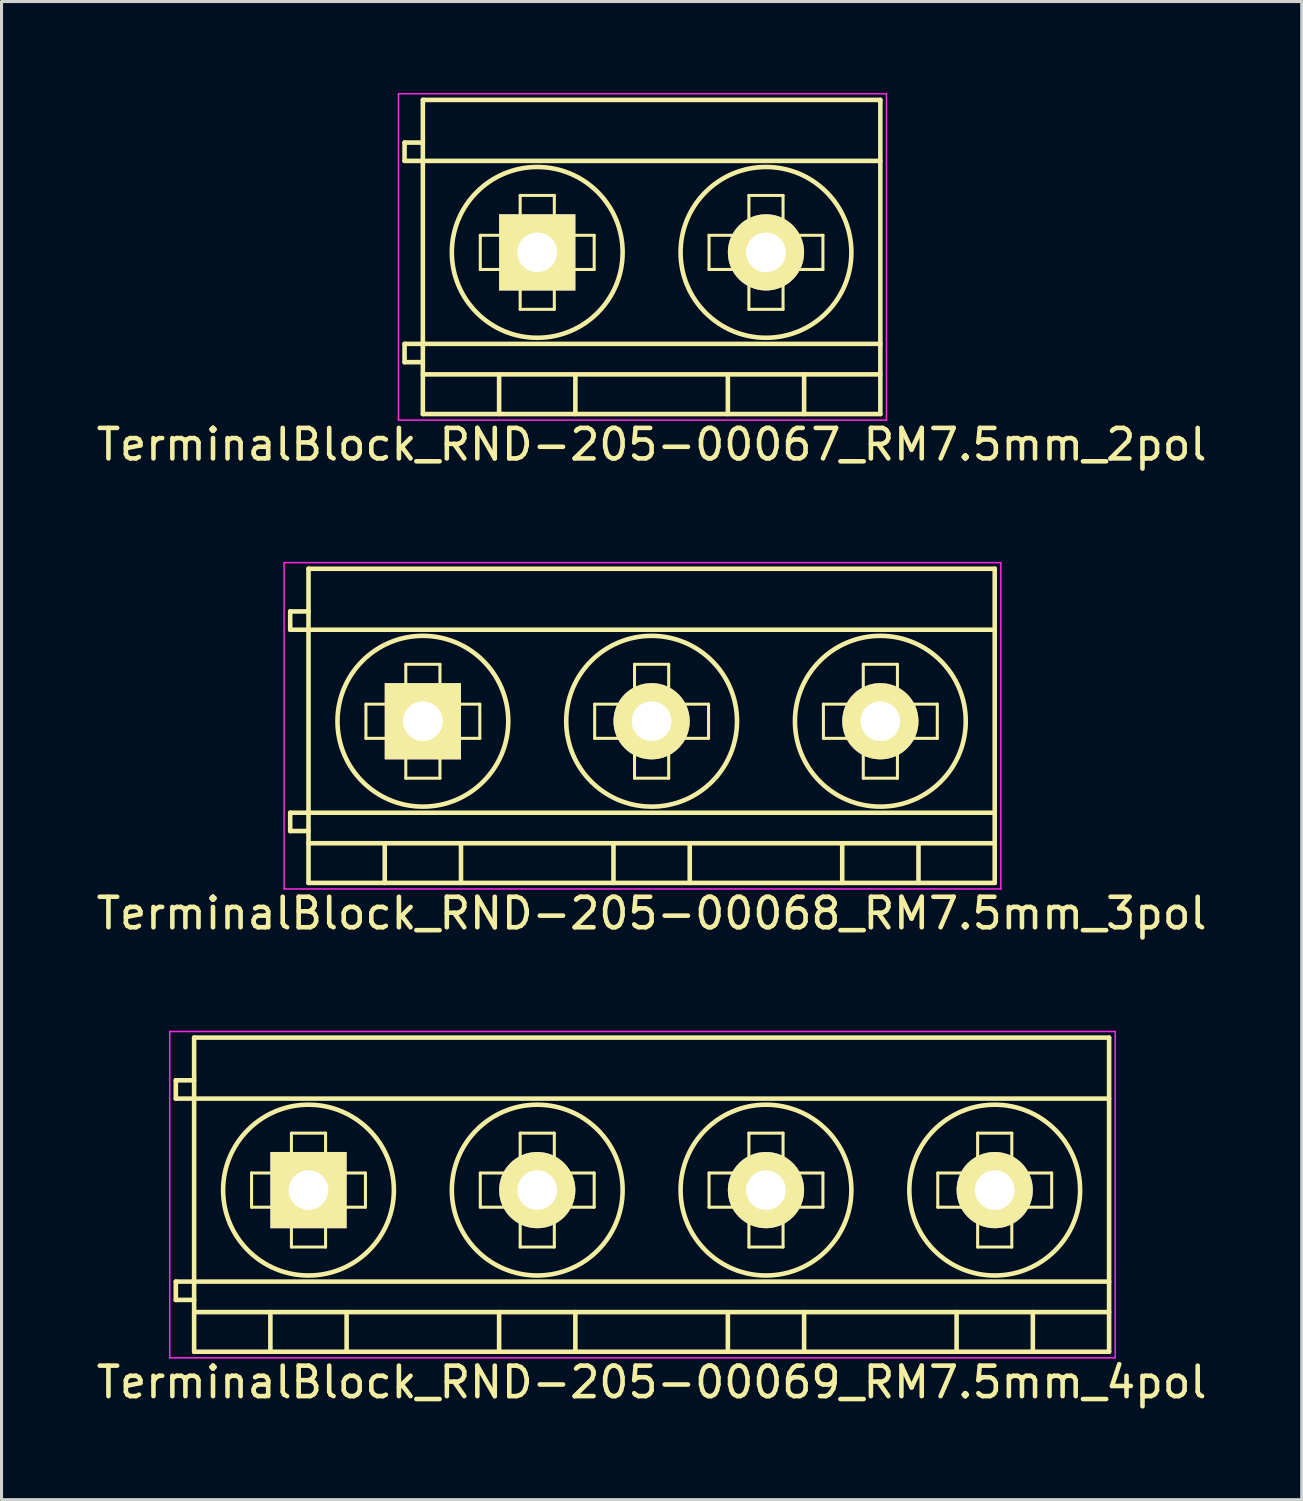
<source format=kicad_pcb>
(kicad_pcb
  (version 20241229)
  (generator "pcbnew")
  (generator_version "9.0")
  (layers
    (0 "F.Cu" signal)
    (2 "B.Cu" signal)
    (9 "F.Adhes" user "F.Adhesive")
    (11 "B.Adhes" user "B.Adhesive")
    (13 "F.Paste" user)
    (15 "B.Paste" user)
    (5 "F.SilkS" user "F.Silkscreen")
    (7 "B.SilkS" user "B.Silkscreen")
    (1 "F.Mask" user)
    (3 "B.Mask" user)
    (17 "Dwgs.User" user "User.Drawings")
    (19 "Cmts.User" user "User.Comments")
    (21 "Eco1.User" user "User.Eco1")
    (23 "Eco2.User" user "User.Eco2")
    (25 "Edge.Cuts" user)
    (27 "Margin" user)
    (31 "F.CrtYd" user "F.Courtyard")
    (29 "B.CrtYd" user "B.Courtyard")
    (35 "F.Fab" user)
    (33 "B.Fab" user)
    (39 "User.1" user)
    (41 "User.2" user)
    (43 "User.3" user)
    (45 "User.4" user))
  (footprint "TerminalBlock_RND-205-00068_RM7.5mm_3pol"
    (layer "F.Cu")
    (at 10.815 20.598)
    (property "Reference" "TerminalBlock_RND-205-00068_RM7.5mm_3pol" (at 7.5 6.3 0) (layer "F.SilkS") (effects (font (size 1 1) (thickness 0.15))))
    (attr through_hole)
    (fp_line (start -4.35 -3.6) (end -4.35 -3) (stroke (width 0.15) (type solid)) (layer "F.SilkS"))
    (fp_line (start -4.35 -3) (end -3.75 -3) (stroke (width 0.15) (type solid)) (layer "F.SilkS"))
    (fp_line (start -4.35 3) (end -4.35 3.6) (stroke (width 0.15) (type solid)) (layer "F.SilkS"))
    (fp_line (start -4.35 3.6) (end -3.75 3.6) (stroke (width 0.15) (type solid)) (layer "F.SilkS"))
    (fp_line (start -3.75 -5) (end 18.75 -5) (stroke (width 0.15) (type solid)) (layer "F.SilkS"))
    (fp_line (start -3.75 -3.6) (end -4.35 -3.6) (stroke (width 0.15) (type solid)) (layer "F.SilkS"))
    (fp_line (start -3.75 -3) (end 18.75 -3) (stroke (width 0.15) (type solid)) (layer "F.SilkS"))
    (fp_line (start -3.75 3) (end -4.35 3) (stroke (width 0.15) (type solid)) (layer "F.SilkS"))
    (fp_line (start -3.75 3) (end 18.75 3) (stroke (width 0.15) (type solid)) (layer "F.SilkS"))
    (fp_line (start -3.75 4) (end 18.75 4) (stroke (width 0.15) (type solid)) (layer "F.SilkS"))
    (fp_line (start -3.75 5.3) (end -3.75 -5) (stroke (width 0.15) (type solid)) (layer "F.SilkS"))
    (fp_line (start -1.867 -0.56) (end -0.56 -0.56) (stroke (width 0.1) (type solid)) (layer "F.SilkS"))
    (fp_line (start -1.867 0.56) (end -1.867 -0.56) (stroke (width 0.1) (type solid)) (layer "F.SilkS"))
    (fp_line (start -1.25 4) (end -1.25 5.3) (stroke (width 0.15) (type solid)) (layer "F.SilkS"))
    (fp_line (start -0.56 -1.867) (end 0.56 -1.867) (stroke (width 0.1) (type solid)) (layer "F.SilkS"))
    (fp_line (start -0.56 -0.56) (end -0.56 -1.867) (stroke (width 0.1) (type solid)) (layer "F.SilkS"))
    (fp_line (start -0.56 0.56) (end -1.867 0.56) (stroke (width 0.1) (type solid)) (layer "F.SilkS"))
    (fp_line (start -0.56 1.867) (end -0.56 0.56) (stroke (width 0.1) (type solid)) (layer "F.SilkS"))
    (fp_line (start 0.56 -1.867) (end 0.56 -0.56) (stroke (width 0.1) (type solid)) (layer "F.SilkS"))
    (fp_line (start 0.56 -0.56) (end 1.867 -0.56) (stroke (width 0.1) (type solid)) (layer "F.SilkS"))
    (fp_line (start 0.56 0.56) (end 0.56 1.867) (stroke (width 0.1) (type solid)) (layer "F.SilkS"))
    (fp_line (start 0.56 1.867) (end -0.56 1.867) (stroke (width 0.1) (type solid)) (layer "F.SilkS"))
    (fp_line (start 1.25 4) (end 1.25 5.3) (stroke (width 0.15) (type solid)) (layer "F.SilkS"))
    (fp_line (start 1.867 -0.56) (end 1.867 0.56) (stroke (width 0.1) (type solid)) (layer "F.SilkS"))
    (fp_line (start 1.867 0.56) (end 0.56 0.56) (stroke (width 0.1) (type solid)) (layer "F.SilkS"))
    (fp_line (start 5.633 -0.56) (end 6.94 -0.56) (stroke (width 0.1) (type solid)) (layer "F.SilkS"))
    (fp_line (start 5.633 0.56) (end 5.633 -0.56) (stroke (width 0.1) (type solid)) (layer "F.SilkS"))
    (fp_line (start 6.25 4) (end 6.25 5.3) (stroke (width 0.15) (type solid)) (layer "F.SilkS"))
    (fp_line (start 6.94 -1.867) (end 8.06 -1.867) (stroke (width 0.1) (type solid)) (layer "F.SilkS"))
    (fp_line (start 6.94 -0.56) (end 6.94 -1.867) (stroke (width 0.1) (type solid)) (layer "F.SilkS"))
    (fp_line (start 6.94 0.56) (end 5.633 0.56) (stroke (width 0.1) (type solid)) (layer "F.SilkS"))
    (fp_line (start 6.94 1.867) (end 6.94 0.56) (stroke (width 0.1) (type solid)) (layer "F.SilkS"))
    (fp_line (start 8.06 -1.867) (end 8.06 -0.56) (stroke (width 0.1) (type solid)) (layer "F.SilkS"))
    (fp_line (start 8.06 -0.56) (end 9.367 -0.56) (stroke (width 0.1) (type solid)) (layer "F.SilkS"))
    (fp_line (start 8.06 0.56) (end 8.06 1.867) (stroke (width 0.1) (type solid)) (layer "F.SilkS"))
    (fp_line (start 8.06 1.867) (end 6.94 1.867) (stroke (width 0.1) (type solid)) (layer "F.SilkS"))
    (fp_line (start 8.75 4) (end 8.75 5.3) (stroke (width 0.15) (type solid)) (layer "F.SilkS"))
    (fp_line (start 9.367 -0.56) (end 9.367 0.56) (stroke (width 0.1) (type solid)) (layer "F.SilkS"))
    (fp_line (start 9.367 0.56) (end 8.06 0.56) (stroke (width 0.1) (type solid)) (layer "F.SilkS"))
    (fp_line (start 13.133 -0.56) (end 14.44 -0.56) (stroke (width 0.1) (type solid)) (layer "F.SilkS"))
    (fp_line (start 13.133 0.56) (end 13.133 -0.56) (stroke (width 0.1) (type solid)) (layer "F.SilkS"))
    (fp_line (start 13.75 4) (end 13.75 5.3) (stroke (width 0.15) (type solid)) (layer "F.SilkS"))
    (fp_line (start 14.44 -1.867) (end 15.56 -1.867) (stroke (width 0.1) (type solid)) (layer "F.SilkS"))
    (fp_line (start 14.44 -0.56) (end 14.44 -1.867) (stroke (width 0.1) (type solid)) (layer "F.SilkS"))
    (fp_line (start 14.44 0.56) (end 13.133 0.56) (stroke (width 0.1) (type solid)) (layer "F.SilkS"))
    (fp_line (start 14.44 1.867) (end 14.44 0.56) (stroke (width 0.1) (type solid)) (layer "F.SilkS"))
    (fp_line (start 15.56 -1.867) (end 15.56 -0.56) (stroke (width 0.1) (type solid)) (layer "F.SilkS"))
    (fp_line (start 15.56 -0.56) (end 16.867 -0.56) (stroke (width 0.1) (type solid)) (layer "F.SilkS"))
    (fp_line (start 15.56 0.56) (end 15.56 1.867) (stroke (width 0.1) (type solid)) (layer "F.SilkS"))
    (fp_line (start 15.56 1.867) (end 14.44 1.867) (stroke (width 0.1) (type solid)) (layer "F.SilkS"))
    (fp_line (start 16.25 4) (end 16.25 5.3) (stroke (width 0.15) (type solid)) (layer "F.SilkS"))
    (fp_line (start 16.867 -0.56) (end 16.867 0.56) (stroke (width 0.1) (type solid)) (layer "F.SilkS"))
    (fp_line (start 16.867 0.56) (end 15.56 0.56) (stroke (width 0.1) (type solid)) (layer "F.SilkS"))
    (fp_line (start 18.75 -5) (end 18.75 5.3) (stroke (width 0.15) (type solid)) (layer "F.SilkS"))
    (fp_line (start 18.75 5.3) (end -3.75 5.3) (stroke (width 0.15) (type solid)) (layer "F.SilkS"))
    (fp_circle (center 0 0) (end -2.8 0) (stroke (width 0.15) (type solid)) (fill no) (layer "F.SilkS"))
    (fp_circle (center 7.5 0) (end 4.7 0) (stroke (width 0.15) (type solid)) (fill no) (layer "F.SilkS"))
    (fp_circle (center 15 0) (end 12.2 0) (stroke (width 0.15) (type solid)) (fill no) (layer "F.SilkS"))
    (fp_line (start -4.55 -5.2) (end 18.95 -5.2) (stroke (width 0.05) (type solid)) (layer "F.CrtYd"))
    (fp_line (start -4.55 5.5) (end -4.55 -5.2) (stroke (width 0.05) (type solid)) (layer "F.CrtYd"))
    (fp_line (start 18.95 -5.2) (end 18.95 5.5) (stroke (width 0.05) (type solid)) (layer "F.CrtYd"))
    (fp_line (start 18.95 5.5) (end -4.55 5.5) (stroke (width 0.05) (type solid)) (layer "F.CrtYd"))
    (pad "1" thru_hole rect (at 0 0) (size 2.5 2.5) (drill 1.3) (layers "*.Cu" "*.Mask" "F.SilkS"))
    (pad "2" thru_hole circle (at 7.5 0) (size 2.5 2.5) (drill 1.3) (layers "*.Cu" "*.Mask" "F.SilkS"))
    (pad "3" thru_hole circle (at 15 0) (size 2.5 2.5) (drill 1.3) (layers "*.Cu" "*.Mask" "F.SilkS")))
  (footprint "TerminalBlock_RND-205-00067_RM7.5mm_2pol"
    (layer "F.Cu")
    (at 14.565 5.225)
    (property "Reference" "TerminalBlock_RND-205-00067_RM7.5mm_2pol" (at 3.75 6.3 0) (layer "F.SilkS") (effects (font (size 1 1) (thickness 0.15))))
    (attr through_hole)
    (fp_line (start -4.35 -3.6) (end -4.35 -3) (stroke (width 0.15) (type solid)) (layer "F.SilkS"))
    (fp_line (start -4.35 -3) (end -3.75 -3) (stroke (width 0.15) (type solid)) (layer "F.SilkS"))
    (fp_line (start -4.35 3) (end -4.35 3.6) (stroke (width 0.15) (type solid)) (layer "F.SilkS"))
    (fp_line (start -4.35 3.6) (end -3.75 3.6) (stroke (width 0.15) (type solid)) (layer "F.SilkS"))
    (fp_line (start -3.75 -5) (end 11.25 -5) (stroke (width 0.15) (type solid)) (layer "F.SilkS"))
    (fp_line (start -3.75 -3.6) (end -4.35 -3.6) (stroke (width 0.15) (type solid)) (layer "F.SilkS"))
    (fp_line (start -3.75 -3) (end 11.25 -3) (stroke (width 0.15) (type solid)) (layer "F.SilkS"))
    (fp_line (start -3.75 3) (end -4.35 3) (stroke (width 0.15) (type solid)) (layer "F.SilkS"))
    (fp_line (start -3.75 3) (end 11.25 3) (stroke (width 0.15) (type solid)) (layer "F.SilkS"))
    (fp_line (start -3.75 4) (end 11.25 4) (stroke (width 0.15) (type solid)) (layer "F.SilkS"))
    (fp_line (start -3.75 5.3) (end -3.75 -5) (stroke (width 0.15) (type solid)) (layer "F.SilkS"))
    (fp_line (start -1.867 -0.56) (end -0.56 -0.56) (stroke (width 0.1) (type solid)) (layer "F.SilkS"))
    (fp_line (start -1.867 0.56) (end -1.867 -0.56) (stroke (width 0.1) (type solid)) (layer "F.SilkS"))
    (fp_line (start -1.25 4) (end -1.25 5.3) (stroke (width 0.15) (type solid)) (layer "F.SilkS"))
    (fp_line (start -0.56 -1.867) (end 0.56 -1.867) (stroke (width 0.1) (type solid)) (layer "F.SilkS"))
    (fp_line (start -0.56 -0.56) (end -0.56 -1.867) (stroke (width 0.1) (type solid)) (layer "F.SilkS"))
    (fp_line (start -0.56 0.56) (end -1.867 0.56) (stroke (width 0.1) (type solid)) (layer "F.SilkS"))
    (fp_line (start -0.56 1.867) (end -0.56 0.56) (stroke (width 0.1) (type solid)) (layer "F.SilkS"))
    (fp_line (start 0.56 -1.867) (end 0.56 -0.56) (stroke (width 0.1) (type solid)) (layer "F.SilkS"))
    (fp_line (start 0.56 -0.56) (end 1.867 -0.56) (stroke (width 0.1) (type solid)) (layer "F.SilkS"))
    (fp_line (start 0.56 0.56) (end 0.56 1.867) (stroke (width 0.1) (type solid)) (layer "F.SilkS"))
    (fp_line (start 0.56 1.867) (end -0.56 1.867) (stroke (width 0.1) (type solid)) (layer "F.SilkS"))
    (fp_line (start 1.25 4) (end 1.25 5.3) (stroke (width 0.15) (type solid)) (layer "F.SilkS"))
    (fp_line (start 1.867 -0.56) (end 1.867 0.56) (stroke (width 0.1) (type solid)) (layer "F.SilkS"))
    (fp_line (start 1.867 0.56) (end 0.56 0.56) (stroke (width 0.1) (type solid)) (layer "F.SilkS"))
    (fp_line (start 5.633 -0.56) (end 6.94 -0.56) (stroke (width 0.1) (type solid)) (layer "F.SilkS"))
    (fp_line (start 5.633 0.56) (end 5.633 -0.56) (stroke (width 0.1) (type solid)) (layer "F.SilkS"))
    (fp_line (start 6.25 4) (end 6.25 5.3) (stroke (width 0.15) (type solid)) (layer "F.SilkS"))
    (fp_line (start 6.94 -1.867) (end 8.06 -1.867) (stroke (width 0.1) (type solid)) (layer "F.SilkS"))
    (fp_line (start 6.94 -0.56) (end 6.94 -1.867) (stroke (width 0.1) (type solid)) (layer "F.SilkS"))
    (fp_line (start 6.94 0.56) (end 5.633 0.56) (stroke (width 0.1) (type solid)) (layer "F.SilkS"))
    (fp_line (start 6.94 1.867) (end 6.94 0.56) (stroke (width 0.1) (type solid)) (layer "F.SilkS"))
    (fp_line (start 8.06 -1.867) (end 8.06 -0.56) (stroke (width 0.1) (type solid)) (layer "F.SilkS"))
    (fp_line (start 8.06 -0.56) (end 9.367 -0.56) (stroke (width 0.1) (type solid)) (layer "F.SilkS"))
    (fp_line (start 8.06 0.56) (end 8.06 1.867) (stroke (width 0.1) (type solid)) (layer "F.SilkS"))
    (fp_line (start 8.06 1.867) (end 6.94 1.867) (stroke (width 0.1) (type solid)) (layer "F.SilkS"))
    (fp_line (start 8.75 4) (end 8.75 5.3) (stroke (width 0.15) (type solid)) (layer "F.SilkS"))
    (fp_line (start 9.367 -0.56) (end 9.367 0.56) (stroke (width 0.1) (type solid)) (layer "F.SilkS"))
    (fp_line (start 9.367 0.56) (end 8.06 0.56) (stroke (width 0.1) (type solid)) (layer "F.SilkS"))
    (fp_line (start 11.25 -5) (end 11.25 5.3) (stroke (width 0.15) (type solid)) (layer "F.SilkS"))
    (fp_line (start 11.25 5.3) (end -3.75 5.3) (stroke (width 0.15) (type solid)) (layer "F.SilkS"))
    (fp_circle (center 0 0) (end -2.8 0) (stroke (width 0.15) (type solid)) (fill no) (layer "F.SilkS"))
    (fp_circle (center 7.5 0) (end 4.7 0) (stroke (width 0.15) (type solid)) (fill no) (layer "F.SilkS"))
    (fp_line (start -4.55 -5.2) (end 11.45 -5.2) (stroke (width 0.05) (type solid)) (layer "F.CrtYd"))
    (fp_line (start -4.55 5.5) (end -4.55 -5.2) (stroke (width 0.05) (type solid)) (layer "F.CrtYd"))
    (fp_line (start 11.45 -5.2) (end 11.45 5.5) (stroke (width 0.05) (type solid)) (layer "F.CrtYd"))
    (fp_line (start 11.45 5.5) (end -4.55 5.5) (stroke (width 0.05) (type solid)) (layer "F.CrtYd"))
    (pad "1" thru_hole rect (at 0 0) (size 2.5 2.5) (drill 1.3) (layers "*.Cu" "*.Mask" "F.SilkS"))
    (pad "2" thru_hole circle (at 7.5 0) (size 2.5 2.5) (drill 1.3) (layers "*.Cu" "*.Mask" "F.SilkS")))
  (footprint "TerminalBlock_RND-205-00069_RM7.5mm_4pol"
    (layer "F.Cu")
    (at 7.065 35.971)
    (property "Reference" "TerminalBlock_RND-205-00069_RM7.5mm_4pol" (at 11.25 6.3 0) (layer "F.SilkS") (effects (font (size 1 1) (thickness 0.15))))
    (attr through_hole)
    (fp_line (start -4.35 -3.6) (end -4.35 -3) (stroke (width 0.15) (type solid)) (layer "F.SilkS"))
    (fp_line (start -4.35 -3) (end -3.75 -3) (stroke (width 0.15) (type solid)) (layer "F.SilkS"))
    (fp_line (start -4.35 3) (end -4.35 3.6) (stroke (width 0.15) (type solid)) (layer "F.SilkS"))
    (fp_line (start -4.35 3.6) (end -3.75 3.6) (stroke (width 0.15) (type solid)) (layer "F.SilkS"))
    (fp_line (start -3.75 -5) (end 26.25 -5) (stroke (width 0.15) (type solid)) (layer "F.SilkS"))
    (fp_line (start -3.75 -3.6) (end -4.35 -3.6) (stroke (width 0.15) (type solid)) (layer "F.SilkS"))
    (fp_line (start -3.75 -3) (end 26.25 -3) (stroke (width 0.15) (type solid)) (layer "F.SilkS"))
    (fp_line (start -3.75 3) (end -4.35 3) (stroke (width 0.15) (type solid)) (layer "F.SilkS"))
    (fp_line (start -3.75 3) (end 26.25 3) (stroke (width 0.15) (type solid)) (layer "F.SilkS"))
    (fp_line (start -3.75 4) (end 26.25 4) (stroke (width 0.15) (type solid)) (layer "F.SilkS"))
    (fp_line (start -3.75 5.3) (end -3.75 -5) (stroke (width 0.15) (type solid)) (layer "F.SilkS"))
    (fp_line (start -1.867 -0.56) (end -0.56 -0.56) (stroke (width 0.1) (type solid)) (layer "F.SilkS"))
    (fp_line (start -1.867 0.56) (end -1.867 -0.56) (stroke (width 0.1) (type solid)) (layer "F.SilkS"))
    (fp_line (start -1.25 4) (end -1.25 5.3) (stroke (width 0.15) (type solid)) (layer "F.SilkS"))
    (fp_line (start -0.56 -1.867) (end 0.56 -1.867) (stroke (width 0.1) (type solid)) (layer "F.SilkS"))
    (fp_line (start -0.56 -0.56) (end -0.56 -1.867) (stroke (width 0.1) (type solid)) (layer "F.SilkS"))
    (fp_line (start -0.56 0.56) (end -1.867 0.56) (stroke (width 0.1) (type solid)) (layer "F.SilkS"))
    (fp_line (start -0.56 1.867) (end -0.56 0.56) (stroke (width 0.1) (type solid)) (layer "F.SilkS"))
    (fp_line (start 0.56 -1.867) (end 0.56 -0.56) (stroke (width 0.1) (type solid)) (layer "F.SilkS"))
    (fp_line (start 0.56 -0.56) (end 1.867 -0.56) (stroke (width 0.1) (type solid)) (layer "F.SilkS"))
    (fp_line (start 0.56 0.56) (end 0.56 1.867) (stroke (width 0.1) (type solid)) (layer "F.SilkS"))
    (fp_line (start 0.56 1.867) (end -0.56 1.867) (stroke (width 0.1) (type solid)) (layer "F.SilkS"))
    (fp_line (start 1.25 4) (end 1.25 5.3) (stroke (width 0.15) (type solid)) (layer "F.SilkS"))
    (fp_line (start 1.867 -0.56) (end 1.867 0.56) (stroke (width 0.1) (type solid)) (layer "F.SilkS"))
    (fp_line (start 1.867 0.56) (end 0.56 0.56) (stroke (width 0.1) (type solid)) (layer "F.SilkS"))
    (fp_line (start 5.633 -0.56) (end 6.94 -0.56) (stroke (width 0.1) (type solid)) (layer "F.SilkS"))
    (fp_line (start 5.633 0.56) (end 5.633 -0.56) (stroke (width 0.1) (type solid)) (layer "F.SilkS"))
    (fp_line (start 6.25 4) (end 6.25 5.3) (stroke (width 0.15) (type solid)) (layer "F.SilkS"))
    (fp_line (start 6.94 -1.867) (end 8.06 -1.867) (stroke (width 0.1) (type solid)) (layer "F.SilkS"))
    (fp_line (start 6.94 -0.56) (end 6.94 -1.867) (stroke (width 0.1) (type solid)) (layer "F.SilkS"))
    (fp_line (start 6.94 0.56) (end 5.633 0.56) (stroke (width 0.1) (type solid)) (layer "F.SilkS"))
    (fp_line (start 6.94 1.867) (end 6.94 0.56) (stroke (width 0.1) (type solid)) (layer "F.SilkS"))
    (fp_line (start 8.06 -1.867) (end 8.06 -0.56) (stroke (width 0.1) (type solid)) (layer "F.SilkS"))
    (fp_line (start 8.06 -0.56) (end 9.367 -0.56) (stroke (width 0.1) (type solid)) (layer "F.SilkS"))
    (fp_line (start 8.06 0.56) (end 8.06 1.867) (stroke (width 0.1) (type solid)) (layer "F.SilkS"))
    (fp_line (start 8.06 1.867) (end 6.94 1.867) (stroke (width 0.1) (type solid)) (layer "F.SilkS"))
    (fp_line (start 8.75 4) (end 8.75 5.3) (stroke (width 0.15) (type solid)) (layer "F.SilkS"))
    (fp_line (start 9.367 -0.56) (end 9.367 0.56) (stroke (width 0.1) (type solid)) (layer "F.SilkS"))
    (fp_line (start 9.367 0.56) (end 8.06 0.56) (stroke (width 0.1) (type solid)) (layer "F.SilkS"))
    (fp_line (start 13.133 -0.56) (end 14.44 -0.56) (stroke (width 0.1) (type solid)) (layer "F.SilkS"))
    (fp_line (start 13.133 0.56) (end 13.133 -0.56) (stroke (width 0.1) (type solid)) (layer "F.SilkS"))
    (fp_line (start 13.75 4) (end 13.75 5.3) (stroke (width 0.15) (type solid)) (layer "F.SilkS"))
    (fp_line (start 14.44 -1.867) (end 15.56 -1.867) (stroke (width 0.1) (type solid)) (layer "F.SilkS"))
    (fp_line (start 14.44 -0.56) (end 14.44 -1.867) (stroke (width 0.1) (type solid)) (layer "F.SilkS"))
    (fp_line (start 14.44 0.56) (end 13.133 0.56) (stroke (width 0.1) (type solid)) (layer "F.SilkS"))
    (fp_line (start 14.44 1.867) (end 14.44 0.56) (stroke (width 0.1) (type solid)) (layer "F.SilkS"))
    (fp_line (start 15.56 -1.867) (end 15.56 -0.56) (stroke (width 0.1) (type solid)) (layer "F.SilkS"))
    (fp_line (start 15.56 -0.56) (end 16.867 -0.56) (stroke (width 0.1) (type solid)) (layer "F.SilkS"))
    (fp_line (start 15.56 0.56) (end 15.56 1.867) (stroke (width 0.1) (type solid)) (layer "F.SilkS"))
    (fp_line (start 15.56 1.867) (end 14.44 1.867) (stroke (width 0.1) (type solid)) (layer "F.SilkS"))
    (fp_line (start 16.25 4) (end 16.25 5.3) (stroke (width 0.15) (type solid)) (layer "F.SilkS"))
    (fp_line (start 16.867 -0.56) (end 16.867 0.56) (stroke (width 0.1) (type solid)) (layer "F.SilkS"))
    (fp_line (start 16.867 0.56) (end 15.56 0.56) (stroke (width 0.1) (type solid)) (layer "F.SilkS"))
    (fp_line (start 20.633 -0.56) (end 21.94 -0.56) (stroke (width 0.1) (type solid)) (layer "F.SilkS"))
    (fp_line (start 20.633 0.56) (end 20.633 -0.56) (stroke (width 0.1) (type solid)) (layer "F.SilkS"))
    (fp_line (start 21.25 4) (end 21.25 5.3) (stroke (width 0.15) (type solid)) (layer "F.SilkS"))
    (fp_line (start 21.94 -1.867) (end 23.06 -1.867) (stroke (width 0.1) (type solid)) (layer "F.SilkS"))
    (fp_line (start 21.94 -0.56) (end 21.94 -1.867) (stroke (width 0.1) (type solid)) (layer "F.SilkS"))
    (fp_line (start 21.94 0.56) (end 20.633 0.56) (stroke (width 0.1) (type solid)) (layer "F.SilkS"))
    (fp_line (start 21.94 1.867) (end 21.94 0.56) (stroke (width 0.1) (type solid)) (layer "F.SilkS"))
    (fp_line (start 23.06 -1.867) (end 23.06 -0.56) (stroke (width 0.1) (type solid)) (layer "F.SilkS"))
    (fp_line (start 23.06 -0.56) (end 24.367 -0.56) (stroke (width 0.1) (type solid)) (layer "F.SilkS"))
    (fp_line (start 23.06 0.56) (end 23.06 1.867) (stroke (width 0.1) (type solid)) (layer "F.SilkS"))
    (fp_line (start 23.06 1.867) (end 21.94 1.867) (stroke (width 0.1) (type solid)) (layer "F.SilkS"))
    (fp_line (start 23.75 4) (end 23.75 5.3) (stroke (width 0.15) (type solid)) (layer "F.SilkS"))
    (fp_line (start 24.367 -0.56) (end 24.367 0.56) (stroke (width 0.1) (type solid)) (layer "F.SilkS"))
    (fp_line (start 24.367 0.56) (end 23.06 0.56) (stroke (width 0.1) (type solid)) (layer "F.SilkS"))
    (fp_line (start 26.25 -5) (end 26.25 5.3) (stroke (width 0.15) (type solid)) (layer "F.SilkS"))
    (fp_line (start 26.25 5.3) (end -3.75 5.3) (stroke (width 0.15) (type solid)) (layer "F.SilkS"))
    (fp_circle (center 0 0) (end -2.8 0) (stroke (width 0.15) (type solid)) (fill no) (layer "F.SilkS"))
    (fp_circle (center 7.5 0) (end 4.7 0) (stroke (width 0.15) (type solid)) (fill no) (layer "F.SilkS"))
    (fp_circle (center 15 0) (end 12.2 0) (stroke (width 0.15) (type solid)) (fill no) (layer "F.SilkS"))
    (fp_circle (center 22.5 0) (end 19.7 0) (stroke (width 0.15) (type solid)) (fill no) (layer "F.SilkS"))
    (fp_line (start -4.55 -5.2) (end 26.45 -5.2) (stroke (width 0.05) (type solid)) (layer "F.CrtYd"))
    (fp_line (start -4.55 5.5) (end -4.55 -5.2) (stroke (width 0.05) (type solid)) (layer "F.CrtYd"))
    (fp_line (start 26.45 -5.2) (end 26.45 5.5) (stroke (width 0.05) (type solid)) (layer "F.CrtYd"))
    (fp_line (start 26.45 5.5) (end -4.55 5.5) (stroke (width 0.05) (type solid)) (layer "F.CrtYd"))
    (pad "1" thru_hole rect (at 0 0) (size 2.5 2.5) (drill 1.3) (layers "*.Cu" "*.Mask" "F.SilkS"))
    (pad "2" thru_hole circle (at 7.5 0) (size 2.5 2.5) (drill 1.3) (layers "*.Cu" "*.Mask" "F.SilkS"))
    (pad "3" thru_hole circle (at 15 0) (size 2.5 2.5) (drill 1.3) (layers "*.Cu" "*.Mask" "F.SilkS"))
    (pad "4" thru_hole circle (at 22.5 0) (size 2.5 2.5) (drill 1.3) (layers "*.Cu" "*.Mask" "F.SilkS")))
  (gr_rect
    (start -3 -3)
    (end 39.631 46.12)
    (stroke (width 0.1) (type default))
    (fill no)
    (layer "Edge.Cuts")))
</source>
